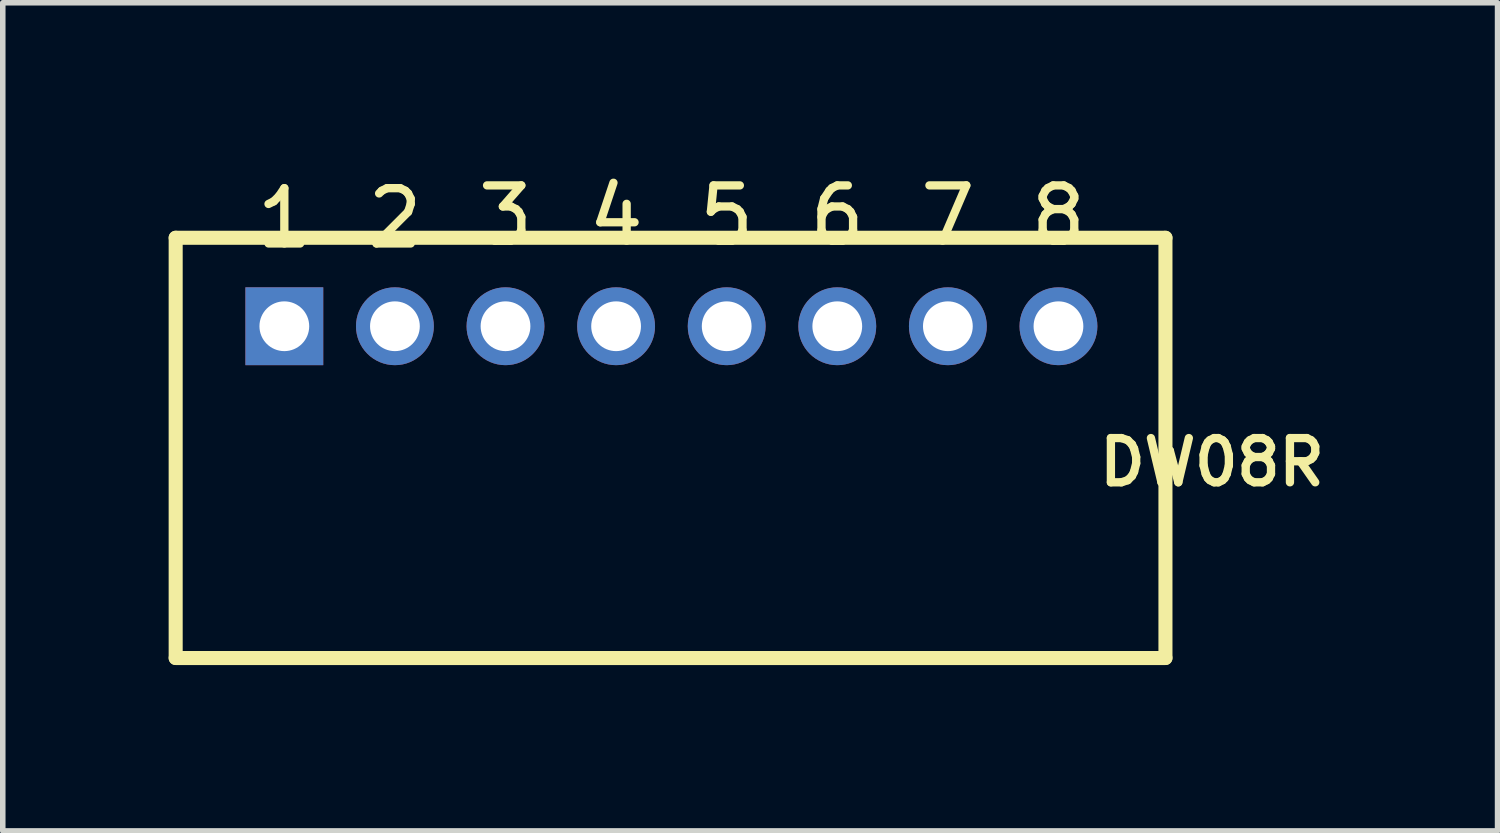
<source format=kicad_pcb>
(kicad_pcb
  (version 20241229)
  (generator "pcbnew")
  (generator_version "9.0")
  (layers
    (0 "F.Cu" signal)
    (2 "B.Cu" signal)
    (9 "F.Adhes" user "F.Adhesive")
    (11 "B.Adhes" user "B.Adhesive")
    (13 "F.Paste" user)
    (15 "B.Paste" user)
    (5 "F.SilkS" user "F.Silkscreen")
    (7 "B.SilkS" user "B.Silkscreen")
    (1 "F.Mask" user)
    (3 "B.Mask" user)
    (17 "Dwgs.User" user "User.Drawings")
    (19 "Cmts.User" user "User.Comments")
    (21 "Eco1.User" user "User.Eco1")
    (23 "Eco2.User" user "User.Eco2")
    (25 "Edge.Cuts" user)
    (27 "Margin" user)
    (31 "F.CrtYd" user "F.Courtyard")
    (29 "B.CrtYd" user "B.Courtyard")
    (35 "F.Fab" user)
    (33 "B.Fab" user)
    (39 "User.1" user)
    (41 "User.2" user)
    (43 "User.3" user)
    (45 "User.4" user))
  (footprint "DW08R"
    (layer "F.Cu")
    (at 9.077 2.85)
    (property "Reference" "DW08R" (at 9.792 2.46 180) (layer "F.SilkS") (effects (font (size 0.8 0.8) (thickness 0.15))))
    (attr through_hole)
    (fp_line (start -8.95 -1.6) (end 8.95 -1.6) (stroke (width 0.254) (type solid)) (layer "F.SilkS"))
    (fp_line (start -8.95 6) (end -8.95 -1.6) (stroke (width 0.254) (type solid)) (layer "F.SilkS"))
    (fp_line (start 8.95 -1.6) (end 8.95 6) (stroke (width 0.254) (type solid)) (layer "F.SilkS"))
    (fp_line (start 8.95 6) (end -8.95 6) (stroke (width 0.254) (type solid)) (layer "F.SilkS"))
    (fp_text user "8" (at 7.015 -2.002 0) (layer "F.SilkS") (effects (font (size 1 1) (thickness 0.15))))
    (fp_text user "3" (at -2.985 -2.002 0) (layer "F.SilkS") (effects (font (size 1 1) (thickness 0.15))))
    (fp_text user "7" (at 5.015 -2.002 0) (layer "F.SilkS") (effects (font (size 1 1) (thickness 0.15))))
    (fp_text user "6" (at 3.015 -2.002 0) (layer "F.SilkS") (effects (font (size 1 1) (thickness 0.15))))
    (fp_text user "1" (at -6.985 -1.952 0) (layer "F.SilkS") (effects (font (size 1 1) (thickness 0.15))))
    (fp_text user "4" (at -0.985 -2.002 0) (layer "F.SilkS") (effects (font (size 1 1) (thickness 0.15))))
    (fp_text user "5" (at 1.015 -2.002 0) (layer "F.SilkS") (effects (font (size 1 1) (thickness 0.15))))
    (fp_text user "2" (at -4.985 -1.952 0) (layer "F.SilkS") (effects (font (size 1 1) (thickness 0.15))))
    (pad "1" thru_hole rect (at -6.985 0) (size 1.408 1.408) (drill 0.9) (layers "*.Cu" "*.Mask"))
    (pad "2" thru_hole circle (at -4.985 0) (size 1.408 1.408) (drill 0.9) (layers "*.Cu" "*.Mask"))
    (pad "3" thru_hole circle (at -2.985 0) (size 1.408 1.408) (drill 0.9) (layers "*.Cu" "*.Mask"))
    (pad "4" thru_hole circle (at -0.985 0) (size 1.408 1.408) (drill 0.9) (layers "*.Cu" "*.Mask"))
    (pad "5" thru_hole circle (at 1.015 0) (size 1.408 1.408) (drill 0.9) (layers "*.Cu" "*.Mask"))
    (pad "6" thru_hole circle (at 3.015 0) (size 1.408 1.408) (drill 0.9) (layers "*.Cu" "*.Mask"))
    (pad "7" thru_hole circle (at 5.015 0) (size 1.408 1.408) (drill 0.9) (layers "*.Cu" "*.Mask"))
    (pad "8" thru_hole circle (at 7.015 0) (size 1.408 1.408) (drill 0.9) (layers "*.Cu" "*.Mask")))
  (gr_rect
    (start -3 -3)
    (end 24.033 11.977)
    (stroke (width 0.1) (type default))
    (fill no)
    (layer "Edge.Cuts")))
</source>
